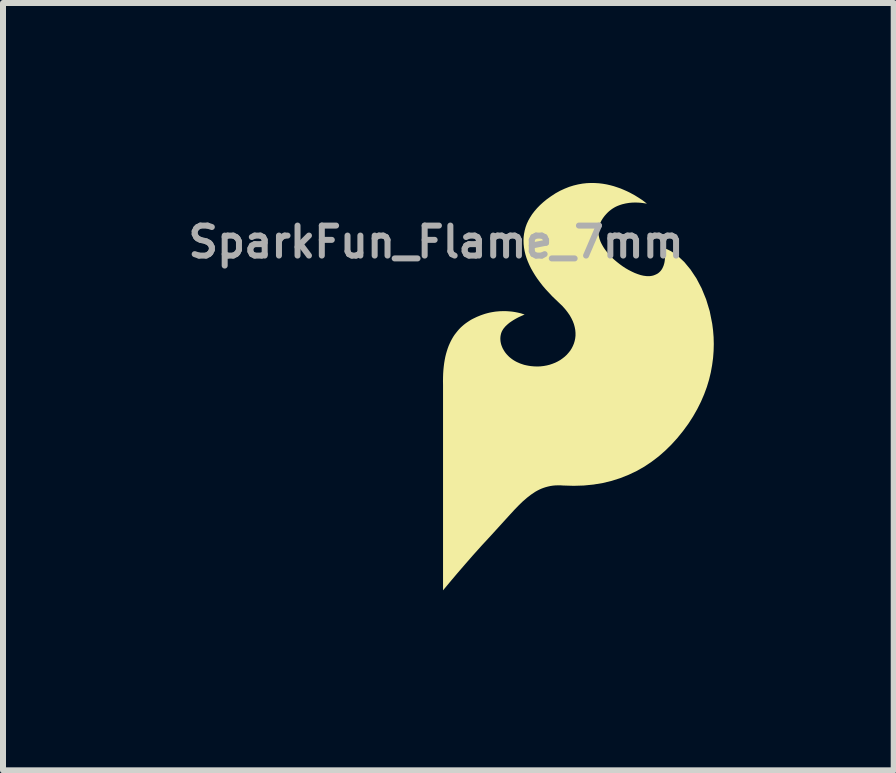
<source format=kicad_pcb>
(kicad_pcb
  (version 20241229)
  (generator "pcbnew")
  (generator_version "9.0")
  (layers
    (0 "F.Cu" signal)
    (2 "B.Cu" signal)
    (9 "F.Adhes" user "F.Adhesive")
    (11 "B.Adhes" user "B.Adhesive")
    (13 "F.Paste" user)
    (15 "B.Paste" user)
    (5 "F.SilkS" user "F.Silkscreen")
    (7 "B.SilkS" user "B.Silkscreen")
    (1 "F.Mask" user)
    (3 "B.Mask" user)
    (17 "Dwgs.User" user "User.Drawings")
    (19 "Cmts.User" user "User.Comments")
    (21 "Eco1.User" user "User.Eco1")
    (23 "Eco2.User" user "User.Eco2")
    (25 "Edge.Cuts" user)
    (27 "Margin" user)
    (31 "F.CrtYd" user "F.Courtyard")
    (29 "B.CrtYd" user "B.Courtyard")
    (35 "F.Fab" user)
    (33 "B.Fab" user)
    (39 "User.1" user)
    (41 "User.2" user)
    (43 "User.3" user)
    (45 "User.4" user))
  (footprint "SparkFun_Flame_7mm"
    (layer "F.Cu")
    (at 6.591 3.395)
    (property "Reference" "SparkFun_Flame_7mm" (at -2.372 -2.411 0) (layer "F.Fab") (effects (font (size 0.5 0.5) (thickness 0.1))))
    (attr board_only exclude_from_pos_files exclude_from_bom)
    (fp_poly (pts (xy 0.276 -3.394) (xy 0.343 -3.39) (xy 0.408 -3.382) (xy 0.472 -3.371) (xy 0.533 -3.357) (xy 0.592 -3.341) (xy 0.649 -3.322) (xy 0.704 -3.303) (xy 0.756 -3.281) (xy 0.806 -3.259) (xy 0.852 -3.237) (xy 0.937 -3.191) (xy 1.008 -3.147) (xy 1.066 -3.109) (xy 1.108 -3.077) (xy 1.143 -3.049) (xy 1.125 -3.053) (xy 1.073 -3.061) (xy 1.037 -3.065) (xy 0.995 -3.068) (xy 0.949 -3.069) (xy 0.898 -3.068) (xy 0.845 -3.063) (xy 0.79 -3.054) (xy 0.734 -3.041) (xy 0.705 -3.032) (xy 0.677 -3.022) (xy 0.649 -3.011) (xy 0.621 -2.998) (xy 0.594 -2.983) (xy 0.567 -2.966) (xy 0.54 -2.947) (xy 0.515 -2.927) (xy 0.49 -2.904) (xy 0.466 -2.879) (xy 0.436 -2.845) (xy 0.41 -2.81) (xy 0.387 -2.774) (xy 0.369 -2.738) (xy 0.361 -2.72) (xy 0.354 -2.701) (xy 0.348 -2.682) (xy 0.343 -2.663) (xy 0.339 -2.644) (xy 0.336 -2.624) (xy 0.334 -2.605) (xy 0.333 -2.585) (xy 0.334 -2.565) (xy 0.335 -2.544) (xy 0.338 -2.524) (xy 0.342 -2.503) (xy 0.347 -2.482) (xy 0.353 -2.46) (xy 0.361 -2.439) (xy 0.369 -2.417) (xy 0.379 -2.395) (xy 0.391 -2.372) (xy 0.403 -2.35) (xy 0.417 -2.326) (xy 0.432 -2.303) (xy 0.449 -2.279) (xy 0.486 -2.231) (xy 0.521 -2.192) (xy 0.559 -2.152) (xy 0.6 -2.114) (xy 0.644 -2.077) (xy 0.69 -2.041) (xy 0.738 -2.006) (xy 0.787 -1.974) (xy 0.837 -1.945) (xy 0.888 -1.919) (xy 0.939 -1.895) (xy 0.989 -1.876) (xy 1.038 -1.86) (xy 1.086 -1.849) (xy 1.11 -1.846) (xy 1.133 -1.843) (xy 1.155 -1.842) (xy 1.177 -1.842) (xy 1.198 -1.843) (xy 1.218 -1.846) (xy 1.246 -1.852) (xy 1.271 -1.861) (xy 1.294 -1.871) (xy 1.316 -1.882) (xy 1.335 -1.895) (xy 1.352 -1.91) (xy 1.367 -1.925) (xy 1.381 -1.942) (xy 1.393 -1.96) (xy 1.403 -1.978) (xy 1.412 -1.998) (xy 1.42 -2.017) (xy 1.426 -2.037) (xy 1.432 -2.058) (xy 1.436 -2.078) (xy 1.439 -2.099) (xy 1.443 -2.139) (xy 1.444 -2.178) (xy 1.442 -2.213) (xy 1.44 -2.245) (xy 1.436 -2.271) (xy 1.433 -2.292) (xy 1.429 -2.309) (xy 1.486 -2.287) (xy 1.542 -2.259) (xy 1.599 -2.223) (xy 1.655 -2.181) (xy 1.765 -2.078) (xy 1.869 -1.952) (xy 1.967 -1.805) (xy 2.054 -1.639) (xy 2.129 -1.456) (xy 2.189 -1.258) (xy 2.231 -1.047) (xy 2.245 -0.937) (xy 2.254 -0.825) (xy 2.257 -0.711) (xy 2.254 -0.595) (xy 2.245 -0.477) (xy 2.229 -0.358) (xy 2.207 -0.237) (xy 2.178 -0.116) (xy 2.141 0.006) (xy 2.096 0.128) (xy 2.043 0.251) (xy 1.982 0.373) (xy 1.912 0.496) (xy 1.834 0.617) (xy 1.744 0.74) (xy 1.65 0.856) (xy 1.55 0.966) (xy 1.445 1.069) (xy 1.335 1.165) (xy 1.219 1.253) (xy 1.098 1.334) (xy 0.971 1.406) (xy 0.838 1.469) (xy 0.7 1.524) (xy 0.556 1.57) (xy 0.407 1.606) (xy 0.251 1.632) (xy 0.09 1.648) (xy -0.078 1.653) (xy -0.251 1.648) (xy -0.297 1.645) (xy -0.341 1.645) (xy -0.384 1.646) (xy -0.426 1.65) (xy -0.466 1.656) (xy -0.506 1.665) (xy -0.544 1.675) (xy -0.581 1.687) (xy -0.618 1.701) (xy -0.653 1.717) (xy -0.688 1.735) (xy -0.723 1.755) (xy -0.791 1.801) (xy -0.858 1.853) (xy -0.925 1.911) (xy -0.992 1.976) (xy -1.061 2.047) (xy -1.132 2.124) (xy -1.455 2.479) (xy -1.614 2.651) (xy -1.763 2.817) (xy -1.898 2.972) (xy -2.017 3.11) (xy -2.116 3.227) (xy -2.191 3.317) (xy -2.256 3.395) (xy -2.256 -0.024) (xy -2.257 -0.091) (xy -2.256 -0.157) (xy -2.254 -0.219) (xy -2.25 -0.28) (xy -2.244 -0.338) (xy -2.237 -0.393) (xy -2.228 -0.447) (xy -2.218 -0.498) (xy -2.206 -0.547) (xy -2.192 -0.594) (xy -2.178 -0.638) (xy -2.162 -0.681) (xy -2.144 -0.722) (xy -2.126 -0.76) (xy -2.106 -0.797) (xy -2.085 -0.833) (xy -2.063 -0.866) (xy -2.039 -0.897) (xy -2.015 -0.927) (xy -1.99 -0.956) (xy -1.964 -0.983) (xy -1.937 -1.008) (xy -1.909 -1.032) (xy -1.881 -1.054) (xy -1.851 -1.075) (xy -1.821 -1.095) (xy -1.791 -1.114) (xy -1.759 -1.131) (xy -1.695 -1.162) (xy -1.629 -1.189) (xy -1.592 -1.202) (xy -1.556 -1.214) (xy -1.52 -1.224) (xy -1.484 -1.233) (xy -1.449 -1.24) (xy -1.414 -1.246) (xy -1.381 -1.251) (xy -1.348 -1.254) (xy -1.315 -1.257) (xy -1.284 -1.258) (xy -1.253 -1.259) (xy -1.223 -1.259) (xy -1.194 -1.258) (xy -1.166 -1.256) (xy -1.114 -1.252) (xy -1.066 -1.245) (xy -1.023 -1.237) (xy -0.986 -1.229) (xy -0.955 -1.221) (xy -0.93 -1.213) (xy -0.911 -1.207) (xy -0.896 -1.202) (xy -0.943 -1.182) (xy -0.993 -1.159) (xy -1.022 -1.144) (xy -1.053 -1.127) (xy -1.085 -1.108) (xy -1.117 -1.087) (xy -1.149 -1.065) (xy -1.179 -1.04) (xy -1.208 -1.013) (xy -1.221 -1) (xy -1.233 -0.985) (xy -1.245 -0.971) (xy -1.256 -0.955) (xy -1.265 -0.94) (xy -1.274 -0.924) (xy -1.282 -0.905) (xy -1.289 -0.885) (xy -1.294 -0.864) (xy -1.298 -0.843) (xy -1.3 -0.822) (xy -1.301 -0.8) (xy -1.3 -0.778) (xy -1.298 -0.755) (xy -1.294 -0.733) (xy -1.289 -0.71) (xy -1.282 -0.688) (xy -1.273 -0.665) (xy -1.264 -0.643) (xy -1.252 -0.621) (xy -1.239 -0.599) (xy -1.225 -0.577) (xy -1.209 -0.556) (xy -1.192 -0.536) (xy -1.173 -0.516) (xy -1.153 -0.496) (xy -1.131 -0.478) (xy -1.108 -0.46) (xy -1.083 -0.443) (xy -1.057 -0.427) (xy -1.029 -0.412) (xy -1 -0.399) (xy -0.97 -0.386) (xy -0.938 -0.375) (xy -0.905 -0.364) (xy -0.87 -0.356) (xy -0.834 -0.349) (xy -0.796 -0.343) (xy -0.741 -0.338) (xy -0.686 -0.336) (xy -0.633 -0.338) (xy -0.58 -0.344) (xy -0.529 -0.353) (xy -0.48 -0.365) (xy -0.433 -0.381) (xy -0.387 -0.399) (xy -0.344 -0.42) (xy -0.302 -0.444) (xy -0.264 -0.471) (xy -0.227 -0.5) (xy -0.194 -0.531) (xy -0.164 -0.565) (xy -0.136 -0.6) (xy -0.112 -0.638) (xy -0.092 -0.677) (xy -0.075 -0.718) (xy -0.062 -0.761) (xy -0.053 -0.805) (xy -0.048 -0.85) (xy -0.048 -0.897) (xy -0.052 -0.944) (xy -0.061 -0.992) (xy -0.074 -1.041) (xy -0.093 -1.091) (xy -0.117 -1.141) (xy -0.146 -1.192) (xy -0.181 -1.242) (xy -0.221 -1.293) (xy -0.267 -1.344) (xy -0.32 -1.395) (xy -0.437 -1.507) (xy -0.544 -1.622) (xy -0.593 -1.679) (xy -0.638 -1.737) (xy -0.681 -1.795) (xy -0.72 -1.853) (xy -0.756 -1.912) (xy -0.789 -1.97) (xy -0.818 -2.029) (xy -0.843 -2.087) (xy -0.865 -2.145) (xy -0.883 -2.204) (xy -0.897 -2.262) (xy -0.907 -2.319) (xy -0.913 -2.377) (xy -0.915 -2.434) (xy -0.913 -2.491) (xy -0.906 -2.547) (xy -0.895 -2.603) (xy -0.88 -2.659) (xy -0.86 -2.714) (xy -0.835 -2.768) (xy -0.805 -2.821) (xy -0.771 -2.874) (xy -0.731 -2.926) (xy -0.687 -2.977) (xy -0.637 -3.028) (xy -0.583 -3.077) (xy -0.523 -3.126) (xy -0.457 -3.173) (xy -0.381 -3.223) (xy -0.305 -3.265) (xy -0.229 -3.3) (xy -0.154 -3.33) (xy -0.08 -3.353) (xy -0.006 -3.371) (xy 0.066 -3.384) (xy 0.138 -3.392) (xy 0.208 -3.395)) (stroke (width -0.000001) (type solid)) (fill yes) (layer "F.SilkS")))
  (gr_rect
    (start -3 -3)
    (end 11.847 9.79)
    (stroke (width 0.1) (type default))
    (fill no)
    (layer "Edge.Cuts")))
</source>
